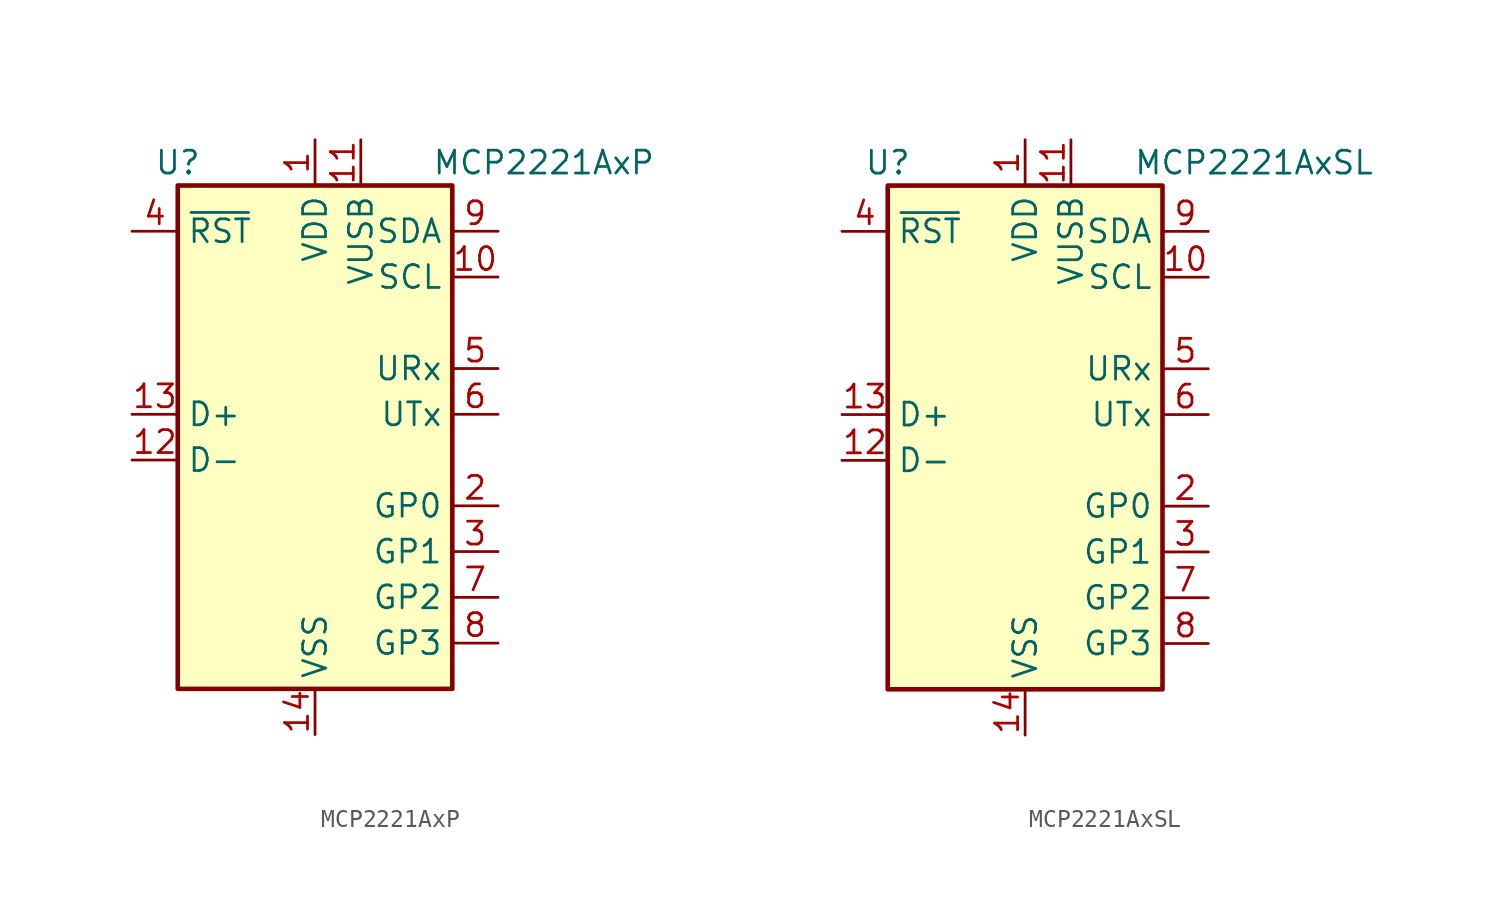
<source format=kicad_sym>
(kicad_symbol_lib
  (version 20241209)
  (generator "kicad_symbol_editor")
  (generator_version "9.0")
  (symbol "MCP2221AxP"
    (property "Reference" "U"
      (at -7.62 16.51 0)
      (effects (font (size 1.27 1.27))))
    (property "Value" "MCP2221AxP"
      (at 12.7 16.51 0)
      (effects (font (size 1.27 1.27))))
    (symbol "MCP2221AxP_0_1"
      (rectangle (start -7.62 15.24) (end 7.62 -12.7) (stroke (width 0.254) (type default)) (fill (type background))))
    (symbol "MCP2221AxP_1_1"
      (pin input line (at -10.16 12.7 0) (length 2.54) (name "~{RST}" (effects (font (size 1.27 1.27)))) (number "4" (effects (font (size 1.27 1.27)))))
      (pin bidirectional line (at -10.16 2.54 0) (length 2.54) (name "D+" (effects (font (size 1.27 1.27)))) (number "13" (effects (font (size 1.27 1.27)))))
      (pin bidirectional line (at -10.16 0 0) (length 2.54) (name "D-" (effects (font (size 1.27 1.27)))) (number "12" (effects (font (size 1.27 1.27)))))
      (pin power_in line (at 0 17.78 270) (length 2.54) (name "VDD" (effects (font (size 1.27 1.27)))) (number "1" (effects (font (size 1.27 1.27)))))
      (pin power_in line (at 0 -15.24 90) (length 2.54) (name "VSS" (effects (font (size 1.27 1.27)))) (number "14" (effects (font (size 1.27 1.27)))))
      (pin passive line (at 2.54 17.78 270) (length 2.54) (name "VUSB" (effects (font (size 1.27 1.27)))) (number "11" (effects (font (size 1.27 1.27)))))
      (pin bidirectional line (at 10.16 12.7 180) (length 2.54) (name "SDA" (effects (font (size 1.27 1.27)))) (number "9" (effects (font (size 1.27 1.27)))))
      (pin bidirectional line (at 10.16 10.16 180) (length 2.54) (name "SCL" (effects (font (size 1.27 1.27)))) (number "10" (effects (font (size 1.27 1.27)))))
      (pin input line (at 10.16 5.08 180) (length 2.54) (name "URx" (effects (font (size 1.27 1.27)))) (number "5" (effects (font (size 1.27 1.27)))))
      (pin output line (at 10.16 2.54 180) (length 2.54) (name "UTx" (effects (font (size 1.27 1.27)))) (number "6" (effects (font (size 1.27 1.27)))))
      (pin bidirectional line (at 10.16 -2.54 180) (length 2.54) (name "GP0" (effects (font (size 1.27 1.27)))) (number "2" (effects (font (size 1.27 1.27)))))
      (pin bidirectional line (at 10.16 -5.08 180) (length 2.54) (name "GP1" (effects (font (size 1.27 1.27)))) (number "3" (effects (font (size 1.27 1.27)))))
      (pin bidirectional line (at 10.16 -7.62 180) (length 2.54) (name "GP2" (effects (font (size 1.27 1.27)))) (number "7" (effects (font (size 1.27 1.27)))))
      (pin bidirectional line (at 10.16 -10.16 180) (length 2.54) (name "GP3" (effects (font (size 1.27 1.27)))) (number "8" (effects (font (size 1.27 1.27)))))))
  (symbol "MCP2221AxSL"
    (property "Reference" "U"
      (at -7.62 16.51 0)
      (effects (font (size 1.27 1.27))))
    (property "Value" "MCP2221AxSL"
      (at 12.7 16.51 0)
      (effects (font (size 1.27 1.27))))
    (symbol "MCP2221AxSL_0_1"
      (rectangle (start -7.62 15.24) (end 7.62 -12.7) (stroke (width 0.254) (type default)) (fill (type background))))
    (symbol "MCP2221AxSL_1_1"
      (pin input line (at -10.16 12.7 0) (length 2.54) (name "~{RST}" (effects (font (size 1.27 1.27)))) (number "4" (effects (font (size 1.27 1.27)))))
      (pin bidirectional line (at -10.16 2.54 0) (length 2.54) (name "D+" (effects (font (size 1.27 1.27)))) (number "13" (effects (font (size 1.27 1.27)))))
      (pin bidirectional line (at -10.16 0 0) (length 2.54) (name "D-" (effects (font (size 1.27 1.27)))) (number "12" (effects (font (size 1.27 1.27)))))
      (pin power_in line (at 0 17.78 270) (length 2.54) (name "VDD" (effects (font (size 1.27 1.27)))) (number "1" (effects (font (size 1.27 1.27)))))
      (pin power_in line (at 0 -15.24 90) (length 2.54) (name "VSS" (effects (font (size 1.27 1.27)))) (number "14" (effects (font (size 1.27 1.27)))))
      (pin passive line (at 2.54 17.78 270) (length 2.54) (name "VUSB" (effects (font (size 1.27 1.27)))) (number "11" (effects (font (size 1.27 1.27)))))
      (pin bidirectional line (at 10.16 12.7 180) (length 2.54) (name "SDA" (effects (font (size 1.27 1.27)))) (number "9" (effects (font (size 1.27 1.27)))))
      (pin bidirectional line (at 10.16 10.16 180) (length 2.54) (name "SCL" (effects (font (size 1.27 1.27)))) (number "10" (effects (font (size 1.27 1.27)))))
      (pin input line (at 10.16 5.08 180) (length 2.54) (name "URx" (effects (font (size 1.27 1.27)))) (number "5" (effects (font (size 1.27 1.27)))))
      (pin output line (at 10.16 2.54 180) (length 2.54) (name "UTx" (effects (font (size 1.27 1.27)))) (number "6" (effects (font (size 1.27 1.27)))))
      (pin bidirectional line (at 10.16 -2.54 180) (length 2.54) (name "GP0" (effects (font (size 1.27 1.27)))) (number "2" (effects (font (size 1.27 1.27)))))
      (pin bidirectional line (at 10.16 -5.08 180) (length 2.54) (name "GP1" (effects (font (size 1.27 1.27)))) (number "3" (effects (font (size 1.27 1.27)))))
      (pin bidirectional line (at 10.16 -7.62 180) (length 2.54) (name "GP2" (effects (font (size 1.27 1.27)))) (number "7" (effects (font (size 1.27 1.27)))))
      (pin bidirectional line (at 10.16 -10.16 180) (length 2.54) (name "GP3" (effects (font (size 1.27 1.27)))) (number "8" (effects (font (size 1.27 1.27))))))))
</source>
